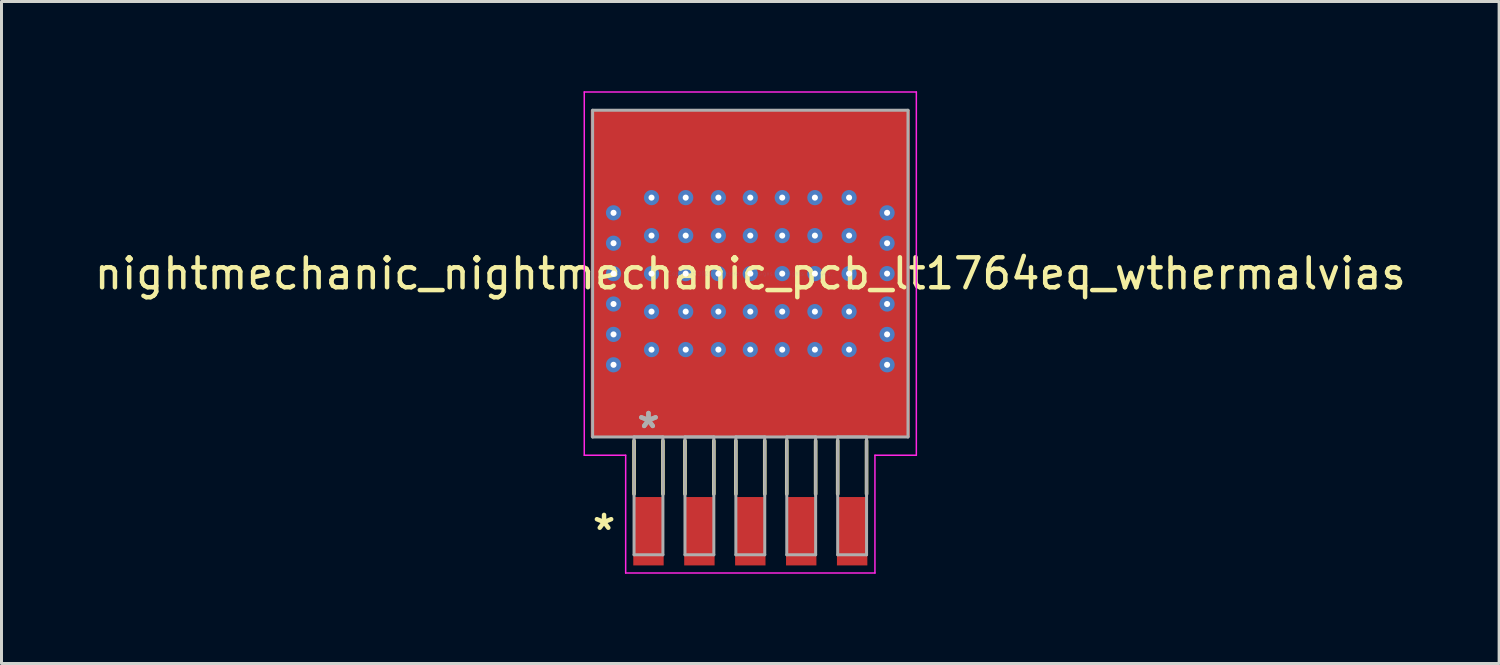
<source format=kicad_pcb>
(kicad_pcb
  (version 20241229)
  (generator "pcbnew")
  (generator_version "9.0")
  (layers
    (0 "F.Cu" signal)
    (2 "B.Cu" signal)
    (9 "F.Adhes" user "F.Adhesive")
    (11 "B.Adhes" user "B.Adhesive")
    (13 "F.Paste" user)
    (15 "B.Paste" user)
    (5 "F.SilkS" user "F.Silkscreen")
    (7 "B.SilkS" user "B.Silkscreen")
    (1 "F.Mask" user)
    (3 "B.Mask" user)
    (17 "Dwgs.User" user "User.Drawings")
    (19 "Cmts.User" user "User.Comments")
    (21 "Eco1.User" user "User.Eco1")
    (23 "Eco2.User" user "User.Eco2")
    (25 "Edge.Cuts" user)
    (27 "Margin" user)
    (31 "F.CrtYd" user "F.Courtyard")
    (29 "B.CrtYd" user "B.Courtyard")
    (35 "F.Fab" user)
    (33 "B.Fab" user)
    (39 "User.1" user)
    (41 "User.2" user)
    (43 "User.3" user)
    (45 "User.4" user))
  (footprint "nightmechanic_nightmechanic_pcb_lt1764eq_wthermalvias"
    (layer "F.Cu")
    (at 22.03 6.096)
    (property "Reference" "nightmechanic_nightmechanic_pcb_lt1764eq_wthermalvias" (at 0 0 0) (layer "F.SilkS") (effects (font (size 1 1) (thickness 0.15))))
    (attr through_hole)
    (fp_line (start -3.886 5.588) (end -3.886 7.366) (stroke (width 0.12) (type solid)) (layer "F.SilkS"))
    (fp_line (start -2.921 5.588) (end -2.921 7.366) (stroke (width 0.12) (type solid)) (layer "F.SilkS"))
    (fp_line (start -2.184 5.588) (end -2.184 7.366) (stroke (width 0.12) (type solid)) (layer "F.SilkS"))
    (fp_line (start -1.219 5.588) (end -1.219 7.366) (stroke (width 0.12) (type solid)) (layer "F.SilkS"))
    (fp_line (start -0.483 5.588) (end -0.483 7.366) (stroke (width 0.12) (type solid)) (layer "F.SilkS"))
    (fp_line (start 0.483 5.588) (end 0.483 7.366) (stroke (width 0.12) (type solid)) (layer "F.SilkS"))
    (fp_line (start 1.219 5.588) (end 1.219 7.366) (stroke (width 0.12) (type solid)) (layer "F.SilkS"))
    (fp_line (start 2.184 5.588) (end 2.184 7.366) (stroke (width 0.12) (type solid)) (layer "F.SilkS"))
    (fp_line (start 2.921 5.588) (end 2.921 7.366) (stroke (width 0.12) (type solid)) (layer "F.SilkS"))
    (fp_line (start 3.886 5.588) (end 3.886 7.366) (stroke (width 0.12) (type solid)) (layer "F.SilkS"))
    (fp_rect (start -4.953 -2.692) (end 4.953 -5.08) (stroke (width 0.025) (type solid)) (fill yes) (layer "F.Paste"))
    (fp_rect (start -3.81 -2.388) (end 3.81 -1.422) (stroke (width 0.025) (type solid)) (fill yes) (layer "F.Paste"))
    (fp_rect (start -3.81 -1.118) (end 3.81 -0.152) (stroke (width 0.025) (type solid)) (fill yes) (layer "F.Paste"))
    (fp_rect (start -3.81 0.152) (end 3.81 1.118) (stroke (width 0.025) (type solid)) (fill yes) (layer "F.Paste"))
    (fp_rect (start -3.81 1.422) (end 3.81 2.388) (stroke (width 0.025) (type solid)) (fill yes) (layer "F.Paste"))
    (fp_rect (start -3.81 2.692) (end 3.81 4.064) (stroke (width 0.025) (type solid)) (fill yes) (layer "F.Paste"))
    (fp_line (start -5.55 -6.071) (end 5.55 -6.071) (stroke (width 0.05) (type solid)) (layer "F.CrtYd"))
    (fp_line (start -5.55 6.071) (end -5.55 -6.071) (stroke (width 0.05) (type solid)) (layer "F.CrtYd"))
    (fp_line (start -4.166 6.071) (end -5.55 6.071) (stroke (width 0.05) (type solid)) (layer "F.CrtYd"))
    (fp_line (start -4.166 10.008) (end -4.166 6.071) (stroke (width 0.05) (type solid)) (layer "F.CrtYd"))
    (fp_line (start 4.166 6.071) (end 4.166 10.008) (stroke (width 0.05) (type solid)) (layer "F.CrtYd"))
    (fp_line (start 4.166 10.008) (end -4.166 10.008) (stroke (width 0.05) (type solid)) (layer "F.CrtYd"))
    (fp_line (start 5.55 -6.071) (end 5.55 6.071) (stroke (width 0.05) (type solid)) (layer "F.CrtYd"))
    (fp_line (start 5.55 6.071) (end 4.166 6.071) (stroke (width 0.05) (type solid)) (layer "F.CrtYd"))
    (fp_line (start -5.271 -5.461) (end -5.271 5.461) (stroke (width 0.1) (type solid)) (layer "F.Fab"))
    (fp_line (start -5.271 5.461) (end 5.271 5.461) (stroke (width 0.1) (type solid)) (layer "F.Fab"))
    (fp_line (start -3.886 5.461) (end -3.886 9.398) (stroke (width 0.1) (type solid)) (layer "F.Fab"))
    (fp_line (start -3.886 9.398) (end -2.921 9.398) (stroke (width 0.1) (type solid)) (layer "F.Fab"))
    (fp_line (start -2.921 5.461) (end -3.886 5.461) (stroke (width 0.1) (type solid)) (layer "F.Fab"))
    (fp_line (start -2.921 9.398) (end -2.921 5.461) (stroke (width 0.1) (type solid)) (layer "F.Fab"))
    (fp_line (start -2.184 5.461) (end -2.184 9.398) (stroke (width 0.1) (type solid)) (layer "F.Fab"))
    (fp_line (start -2.184 9.398) (end -1.219 9.398) (stroke (width 0.1) (type solid)) (layer "F.Fab"))
    (fp_line (start -1.219 5.461) (end -2.184 5.461) (stroke (width 0.1) (type solid)) (layer "F.Fab"))
    (fp_line (start -1.219 9.398) (end -1.219 5.461) (stroke (width 0.1) (type solid)) (layer "F.Fab"))
    (fp_line (start -0.483 5.461) (end -0.483 9.398) (stroke (width 0.1) (type solid)) (layer "F.Fab"))
    (fp_line (start -0.483 9.398) (end 0.483 9.398) (stroke (width 0.1) (type solid)) (layer "F.Fab"))
    (fp_line (start 0.483 5.461) (end -0.483 5.461) (stroke (width 0.1) (type solid)) (layer "F.Fab"))
    (fp_line (start 0.483 9.398) (end 0.483 5.461) (stroke (width 0.1) (type solid)) (layer "F.Fab"))
    (fp_line (start 1.219 5.461) (end 1.219 9.398) (stroke (width 0.1) (type solid)) (layer "F.Fab"))
    (fp_line (start 1.219 9.398) (end 2.184 9.398) (stroke (width 0.1) (type solid)) (layer "F.Fab"))
    (fp_line (start 2.184 5.461) (end 1.219 5.461) (stroke (width 0.1) (type solid)) (layer "F.Fab"))
    (fp_line (start 2.184 9.398) (end 2.184 5.461) (stroke (width 0.1) (type solid)) (layer "F.Fab"))
    (fp_line (start 2.921 5.461) (end 2.921 9.398) (stroke (width 0.1) (type solid)) (layer "F.Fab"))
    (fp_line (start 2.921 9.398) (end 3.886 9.398) (stroke (width 0.1) (type solid)) (layer "F.Fab"))
    (fp_line (start 3.886 5.461) (end 2.921 5.461) (stroke (width 0.1) (type solid)) (layer "F.Fab"))
    (fp_line (start 3.886 9.398) (end 3.886 5.461) (stroke (width 0.1) (type solid)) (layer "F.Fab"))
    (fp_line (start 5.271 -5.461) (end -5.271 -5.461) (stroke (width 0.1) (type solid)) (layer "F.Fab"))
    (fp_line (start 5.271 5.461) (end 5.271 -5.461) (stroke (width 0.1) (type solid)) (layer "F.Fab"))
    (fp_text user "*" (at -4.889 8.611 0) (layer "F.SilkS") (effects (font (size 1 1) (thickness 0.15))))
    (fp_text user "Copyright 2021 Accelerated Designs. All rights reserved." (at 0 0 0) (layer "Cmts.User") (effects (font (size 0.127 0.127) (thickness 0.002))))
    (fp_text user "*" (at -3.404 5.207 0) (layer "F.Fab") (effects (font (size 1 1) (thickness 0.15))))
    (fp_text user "*" (at -3.404 5.207 0) (layer "F.Fab") (effects (font (size 1 1) (thickness 0.15))))
    (pad "1" smd rect (at -3.404 8.611) (size 1.016 2.286) (layers "F.Cu" "F.Mask" "F.Paste"))
    (pad "2" smd rect (at -1.702 8.611) (size 1.016 2.286) (layers "F.Cu" "F.Mask" "F.Paste"))
    (pad "3" smd rect (at 0 8.611) (size 1.016 2.286) (layers "F.Cu" "F.Mask" "F.Paste"))
    (pad "4" smd rect (at 1.702 8.611) (size 1.016 2.286) (layers "F.Cu" "F.Mask" "F.Paste"))
    (pad "5" smd rect (at 3.404 8.611) (size 1.016 2.286) (layers "F.Cu" "F.Mask" "F.Paste"))
    (pad "6" thru_hole circle (at -4.572 -2.032) (size 0.508 0.508) (drill 0.203) (layers "*.Cu" "*.Mask"))
    (pad "6" thru_hole circle (at -4.572 -1.016) (size 0.508 0.508) (drill 0.203) (layers "*.Cu" "*.Mask"))
    (pad "6" thru_hole circle (at -4.572 0) (size 0.508 0.508) (drill 0.203) (layers "*.Cu" "*.Mask"))
    (pad "6" thru_hole circle (at -4.572 1.016) (size 0.508 0.508) (drill 0.203) (layers "*.Cu" "*.Mask"))
    (pad "6" thru_hole circle (at -4.572 2.032) (size 0.508 0.508) (drill 0.203) (layers "*.Cu" "*.Mask"))
    (pad "6" thru_hole circle (at -4.572 3.048) (size 0.508 0.508) (drill 0.203) (layers "*.Cu" "*.Mask"))
    (pad "6" thru_hole circle (at -3.302 -2.54) (size 0.508 0.508) (drill 0.203) (layers "*.Cu" "*.Mask"))
    (pad "6" thru_hole circle (at -3.302 -1.27) (size 0.508 0.508) (drill 0.203) (layers "*.Cu" "*.Mask"))
    (pad "6" thru_hole circle (at -3.302 0) (size 0.508 0.508) (drill 0.203) (layers "*.Cu" "*.Mask"))
    (pad "6" thru_hole circle (at -3.302 1.27) (size 0.508 0.508) (drill 0.203) (layers "*.Cu" "*.Mask"))
    (pad "6" thru_hole circle (at -3.302 2.54) (size 0.508 0.508) (drill 0.203) (layers "*.Cu" "*.Mask"))
    (pad "6" thru_hole circle (at -2.159 -2.54) (size 0.508 0.508) (drill 0.203) (layers "*.Cu" "*.Mask"))
    (pad "6" thru_hole circle (at -2.159 -1.27) (size 0.508 0.508) (drill 0.203) (layers "*.Cu" "*.Mask"))
    (pad "6" thru_hole circle (at -2.159 0) (size 0.508 0.508) (drill 0.203) (layers "*.Cu" "*.Mask"))
    (pad "6" thru_hole circle (at -2.159 1.27) (size 0.508 0.508) (drill 0.203) (layers "*.Cu" "*.Mask"))
    (pad "6" thru_hole circle (at -2.159 2.54) (size 0.508 0.508) (drill 0.203) (layers "*.Cu" "*.Mask"))
    (pad "6" thru_hole circle (at -1.067 -2.54) (size 0.508 0.508) (drill 0.203) (layers "*.Cu" "*.Mask"))
    (pad "6" thru_hole circle (at -1.067 -1.27) (size 0.508 0.508) (drill 0.203) (layers "*.Cu" "*.Mask"))
    (pad "6" thru_hole circle (at -1.067 0) (size 0.508 0.508) (drill 0.203) (layers "*.Cu" "*.Mask"))
    (pad "6" thru_hole circle (at -1.067 1.27) (size 0.508 0.508) (drill 0.203) (layers "*.Cu" "*.Mask"))
    (pad "6" thru_hole circle (at -1.067 2.54) (size 0.508 0.508) (drill 0.203) (layers "*.Cu" "*.Mask"))
    (pad "6" thru_hole circle (at 0 -2.54) (size 0.508 0.508) (drill 0.203) (layers "*.Cu" "*.Mask"))
    (pad "6" thru_hole circle (at 0 -1.27) (size 0.508 0.508) (drill 0.203) (layers "*.Cu" "*.Mask"))
    (pad "6" thru_hole circle (at 0 0) (size 0.508 0.508) (drill 0.203) (layers "*.Cu" "*.Mask"))
    (pad "6" smd rect (at 0 0) (size 10.668 10.922) (layers "F.Cu" "F.Mask"))
    (pad "6" thru_hole circle (at 0 1.27) (size 0.508 0.508) (drill 0.203) (layers "*.Cu" "*.Mask"))
    (pad "6" thru_hole circle (at 0 2.54) (size 0.508 0.508) (drill 0.203) (layers "*.Cu" "*.Mask"))
    (pad "6" thru_hole circle (at 1.067 -2.54) (size 0.508 0.508) (drill 0.203) (layers "*.Cu" "*.Mask"))
    (pad "6" thru_hole circle (at 1.067 -1.27) (size 0.508 0.508) (drill 0.203) (layers "*.Cu" "*.Mask"))
    (pad "6" thru_hole circle (at 1.067 0) (size 0.508 0.508) (drill 0.203) (layers "*.Cu" "*.Mask"))
    (pad "6" thru_hole circle (at 1.067 1.27) (size 0.508 0.508) (drill 0.203) (layers "*.Cu" "*.Mask"))
    (pad "6" thru_hole circle (at 1.067 2.54) (size 0.508 0.508) (drill 0.203) (layers "*.Cu" "*.Mask"))
    (pad "6" thru_hole circle (at 2.159 -2.54) (size 0.508 0.508) (drill 0.203) (layers "*.Cu" "*.Mask"))
    (pad "6" thru_hole circle (at 2.159 -1.27) (size 0.508 0.508) (drill 0.203) (layers "*.Cu" "*.Mask"))
    (pad "6" thru_hole circle (at 2.159 0) (size 0.508 0.508) (drill 0.203) (layers "*.Cu" "*.Mask"))
    (pad "6" thru_hole circle (at 2.159 1.27) (size 0.508 0.508) (drill 0.203) (layers "*.Cu" "*.Mask"))
    (pad "6" thru_hole circle (at 2.159 2.54) (size 0.508 0.508) (drill 0.203) (layers "*.Cu" "*.Mask"))
    (pad "6" thru_hole circle (at 3.302 -2.54) (size 0.508 0.508) (drill 0.203) (layers "*.Cu" "*.Mask"))
    (pad "6" thru_hole circle (at 3.302 -1.27) (size 0.508 0.508) (drill 0.203) (layers "*.Cu" "*.Mask"))
    (pad "6" thru_hole circle (at 3.302 0) (size 0.508 0.508) (drill 0.203) (layers "*.Cu" "*.Mask"))
    (pad "6" thru_hole circle (at 3.302 1.27) (size 0.508 0.508) (drill 0.203) (layers "*.Cu" "*.Mask"))
    (pad "6" thru_hole circle (at 3.302 2.54) (size 0.508 0.508) (drill 0.203) (layers "*.Cu" "*.Mask"))
    (pad "6" thru_hole circle (at 4.572 -2.032) (size 0.508 0.508) (drill 0.203) (layers "*.Cu" "*.Mask"))
    (pad "6" thru_hole circle (at 4.572 -1.016) (size 0.508 0.508) (drill 0.203) (layers "*.Cu" "*.Mask"))
    (pad "6" thru_hole circle (at 4.572 0) (size 0.508 0.508) (drill 0.203) (layers "*.Cu" "*.Mask"))
    (pad "6" thru_hole circle (at 4.572 1.016) (size 0.508 0.508) (drill 0.203) (layers "*.Cu" "*.Mask"))
    (pad "6" thru_hole circle (at 4.572 2.032) (size 0.508 0.508) (drill 0.203) (layers "*.Cu" "*.Mask"))
    (pad "6" thru_hole circle (at 4.572 3.048) (size 0.508 0.508) (drill 0.203) (layers "*.Cu" "*.Mask")))
  (gr_rect
    (start -3 -3)
    (end 47.06 19.128)
    (stroke (width 0.1) (type default))
    (fill no)
    (layer "Edge.Cuts")))
</source>
